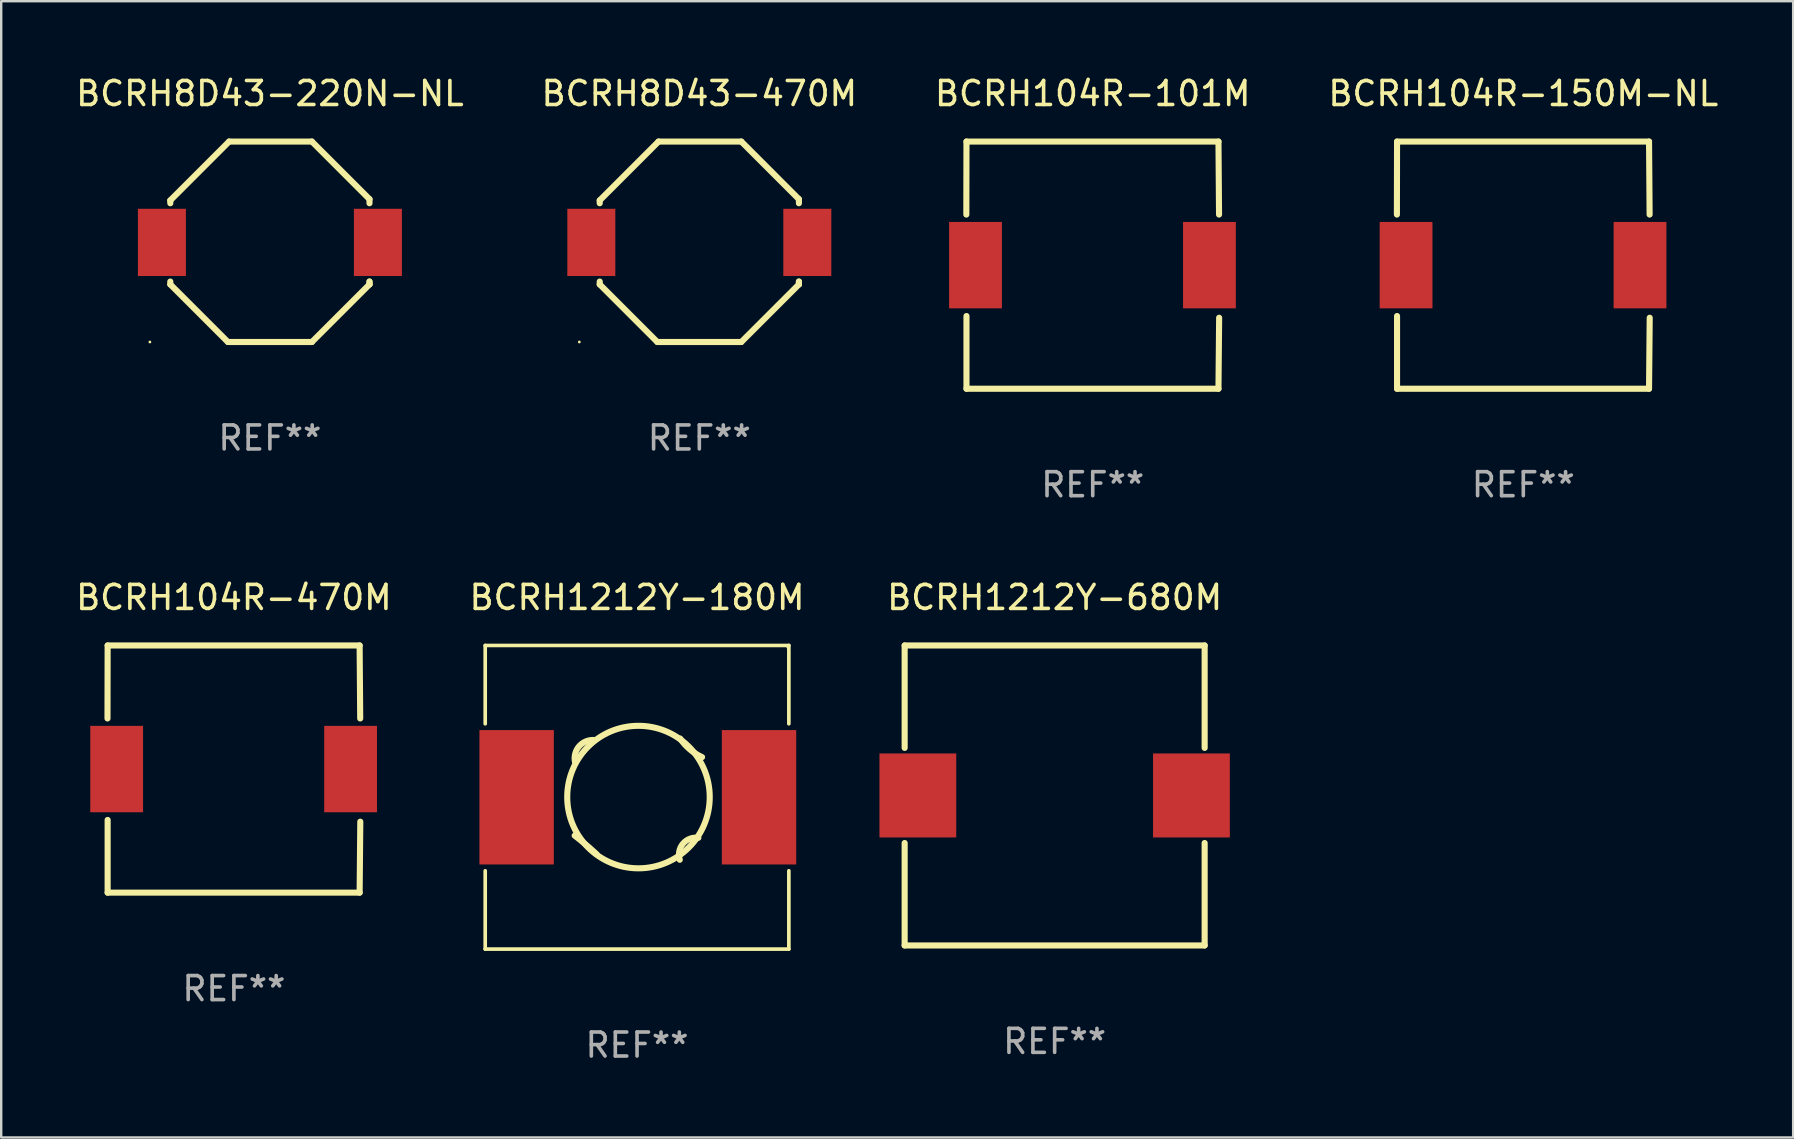
<source format=kicad_pcb>
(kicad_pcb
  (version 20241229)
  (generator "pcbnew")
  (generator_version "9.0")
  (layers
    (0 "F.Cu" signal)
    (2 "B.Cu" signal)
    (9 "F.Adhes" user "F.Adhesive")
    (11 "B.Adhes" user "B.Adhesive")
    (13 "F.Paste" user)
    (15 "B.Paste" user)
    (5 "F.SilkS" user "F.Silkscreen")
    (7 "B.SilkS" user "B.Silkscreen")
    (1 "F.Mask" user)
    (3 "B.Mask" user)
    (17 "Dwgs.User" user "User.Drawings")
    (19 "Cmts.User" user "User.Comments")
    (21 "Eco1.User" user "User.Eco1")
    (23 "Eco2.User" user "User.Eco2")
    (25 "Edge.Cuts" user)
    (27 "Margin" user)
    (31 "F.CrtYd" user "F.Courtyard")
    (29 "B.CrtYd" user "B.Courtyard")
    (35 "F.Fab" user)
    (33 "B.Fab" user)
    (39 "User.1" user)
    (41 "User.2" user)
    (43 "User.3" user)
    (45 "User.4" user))
  (footprint "BCRH104R-470M"
    (layer "F.Cu")
    (at 6.696 28.995)
    (property "Reference" "BCRH104R-470M" (at 0 -7.15 0) (layer "F.SilkS") (effects (font (size 1 1) (thickness 0.15))))
    (attr through_hole)
    (fp_line (start -5.267 -2.108) (end -5.261 -5.15) (stroke (width 0.254) (type solid)) (layer "F.SilkS"))
    (fp_line (start -5.261 -5.15) (end 5.239 -5.15) (stroke (width 0.254) (type solid)) (layer "F.SilkS"))
    (fp_line (start -5.261 5.15) (end -5.261 2.12) (stroke (width 0.254) (type solid)) (layer "F.SilkS"))
    (fp_line (start 5.239 -5.15) (end 5.263 -2.108) (stroke (width 0.254) (type solid)) (layer "F.SilkS"))
    (fp_line (start 5.239 5.15) (end -5.261 5.15) (stroke (width 0.254) (type solid)) (layer "F.SilkS"))
    (fp_line (start 5.267 2.192) (end 5.239 5.15) (stroke (width 0.254) (type solid)) (layer "F.SilkS"))
    (fp_circle (center -5.261 5.15) (end -5.231 5.15) (stroke (width 0.06) (type solid)) (fill no) (layer "F.SilkS"))
    (fp_text user "REF**" (at 0 9.15 0) (layer "F.Fab") (effects (font (size 1 1) (thickness 0.15))))
    (pad "1" smd rect (at -4.885 0) (size 2.2 3.6) (layers "F.Cu" "F.Mask" "F.Paste"))
    (pad "2" smd rect (at 4.863 0) (size 2.2 3.6) (layers "F.Cu" "F.Mask" "F.Paste")))
  (footprint "BCRH8D43-220N-NL"
    (layer "F.Cu")
    (at 8.196 7.024)
    (property "Reference" "BCRH8D43-220N-NL" (at 0 -6.176 0) (layer "F.SilkS") (effects (font (size 1 1) (thickness 0.15))))
    (attr through_hole)
    (fp_line (start -4.15 -1.724) (end -4.15 -1.605) (stroke (width 0.254) (type solid)) (layer "F.SilkS"))
    (fp_line (start -4.15 1.657) (end -4.15 1.776) (stroke (width 0.254) (type solid)) (layer "F.SilkS"))
    (fp_line (start -4.15 1.776) (end -1.75 4.176) (stroke (width 0.254) (type solid)) (layer "F.SilkS"))
    (fp_line (start -1.75 4.176) (end 1.75 4.176) (stroke (width 0.254) (type solid)) (layer "F.SilkS"))
    (fp_line (start -1.699 -4.176) (end -4.15 -1.724) (stroke (width 0.254) (type solid)) (layer "F.SilkS"))
    (fp_line (start 1.75 4.176) (end 4.15 1.776) (stroke (width 0.254) (type solid)) (layer "F.SilkS"))
    (fp_line (start 1.75 -4.176) (end -1.699 -4.176) (stroke (width 0.254) (type solid)) (layer "F.SilkS"))
    (fp_line (start 1.75 -4.176) (end 4.15 -1.775) (stroke (width 0.254) (type solid)) (layer "F.SilkS"))
    (fp_line (start 4.15 1.657) (end 4.15 1.776) (stroke (width 0.254) (type solid)) (layer "F.SilkS"))
    (fp_line (start 4.15 1.776) (end 4.15 1.657) (stroke (width 0.254) (type solid)) (layer "F.SilkS"))
    (fp_line (start 4.15 -1.775) (end 4.15 -1.605) (stroke (width 0.254) (type solid)) (layer "F.SilkS"))
    (fp_circle (center -5 4.176) (end -4.97 4.176) (stroke (width 0.06) (type solid)) (fill no) (layer "F.SilkS"))
    (fp_text user "REF**" (at 0 8.176 0) (layer "F.Fab") (effects (font (size 1 1) (thickness 0.15))))
    (pad "1" smd rect (at -4.5 0.026) (size 2 2.8) (layers "F.Cu" "F.Mask" "F.Paste"))
    (pad "2" smd rect (at 4.5 0.026) (size 2 2.8) (layers "F.Cu" "F.Mask" "F.Paste")))
  (footprint "BCRH1212Y-180M"
    (layer "F.Cu")
    (at 23.494 30.171)
    (property "Reference" "BCRH1212Y-180M" (at 0 -8.326 0) (layer "F.SilkS") (effects (font (size 1 1) (thickness 0.15))))
    (attr through_hole)
    (fp_line (start -6.326 -6.326) (end 6.326 -6.326) (stroke (width 0.152) (type solid)) (layer "F.SilkS"))
    (fp_line (start -6.326 -3.062) (end -6.326 -6.326) (stroke (width 0.152) (type solid)) (layer "F.SilkS"))
    (fp_line (start -6.326 3.062) (end -6.326 6.326) (stroke (width 0.152) (type solid)) (layer "F.SilkS"))
    (fp_line (start -6.326 6.326) (end 6.326 6.326) (stroke (width 0.152) (type solid)) (layer "F.SilkS"))
    (fp_line (start 6.326 -6.326) (end 6.326 -3.062) (stroke (width 0.152) (type solid)) (layer "F.SilkS"))
    (fp_line (start 6.326 6.326) (end 6.326 3.062) (stroke (width 0.152) (type solid)) (layer "F.SilkS"))
    (fp_arc (start -2.59859 1.597244) (mid -2.132024 1.973542) (end -1.684188 2.371946) (stroke (width 0.254001) (type solid)) (layer "F.SilkS"))
    (fp_arc (start -2.585941 -1.473265) (mid -2.419671 -2.117771) (end -1.81124 -2.387668) (stroke (width 0.254001) (type solid)) (layer "F.SilkS"))
    (fp_arc (start 1.779972 2.603416) (mid 1.914313 1.931859) (end 2.554674 1.689014) (stroke (width 0.254001) (type solid)) (layer "F.SilkS"))
    (fp_arc (start 2.709944 -1.673546) (mid 2.198671 -1.997074) (end 1.795542 -2.448247) (stroke (width 0.254001) (type solid)) (layer "F.SilkS"))
    (fp_circle (center 0.06 -0.009) (end 3.029 -0.009) (stroke (width 0.254) (type solid)) (fill no) (layer "F.SilkS"))
    (fp_circle (center 6.283 -6.25) (end 6.313 -6.25) (stroke (width 0.06) (type solid)) (fill no) (layer "F.SilkS"))
    (fp_text user "REF**" (at 0 10.326 0) (layer "F.Fab") (effects (font (size 1 1) (thickness 0.15))))
    (pad "1" smd rect (at 5.083 0.000038) (size 3.1 5.6) (layers "F.Cu" "F.Mask" "F.Paste"))
    (pad "2" smd rect (at -5.017 0.000038) (size 3.1 5.6) (layers "F.Cu" "F.Mask" "F.Paste")))
  (footprint "BCRH1212Y-680M"
    (layer "F.Cu")
    (at 40.895 30.095)
    (property "Reference" "BCRH1212Y-680M" (at 0 -8.25 0) (layer "F.SilkS") (effects (font (size 1 1) (thickness 0.15))))
    (attr through_hole)
    (fp_line (start -6.25 -6.25) (end 6.25 -6.25) (stroke (width 0.254) (type solid)) (layer "F.SilkS"))
    (fp_line (start -6.25 -1.981) (end -6.25 -6.25) (stroke (width 0.254) (type solid)) (layer "F.SilkS"))
    (fp_line (start -6.25 6.25) (end -6.25 1.981) (stroke (width 0.254) (type solid)) (layer "F.SilkS"))
    (fp_line (start -6.25 6.25) (end 6.25 6.25) (stroke (width 0.254) (type solid)) (layer "F.SilkS"))
    (fp_line (start 6.25 -6.25) (end 6.25 -1.981) (stroke (width 0.254) (type solid)) (layer "F.SilkS"))
    (fp_line (start 6.25 1.981) (end 6.25 6.25) (stroke (width 0.254) (type solid)) (layer "F.SilkS"))
    (fp_circle (center -6.25 6.25) (end -6.22 6.25) (stroke (width 0.06) (type solid)) (fill no) (layer "F.SilkS"))
    (fp_text user "REF**" (at 0 10.25 0) (layer "F.Fab") (effects (font (size 1 1) (thickness 0.15))))
    (pad "1" smd rect (at -5.7 -0.000013) (size 3.2 3.5) (layers "F.Cu" "F.Mask" "F.Paste"))
    (pad "2" smd rect (at 5.7 -0.000013) (size 3.2 3.5) (layers "F.Cu" "F.Mask" "F.Paste")))
  (footprint "BCRH104R-101M"
    (layer "F.Cu")
    (at 42.482 7.998)
    (property "Reference" "BCRH104R-101M" (at 0 -7.15 0) (layer "F.SilkS") (effects (font (size 1 1) (thickness 0.15))))
    (attr through_hole)
    (fp_line (start -5.267 -2.108) (end -5.261 -5.15) (stroke (width 0.254) (type solid)) (layer "F.SilkS"))
    (fp_line (start -5.261 -5.15) (end 5.239 -5.15) (stroke (width 0.254) (type solid)) (layer "F.SilkS"))
    (fp_line (start -5.261 5.15) (end -5.261 2.12) (stroke (width 0.254) (type solid)) (layer "F.SilkS"))
    (fp_line (start 5.239 -5.15) (end 5.263 -2.108) (stroke (width 0.254) (type solid)) (layer "F.SilkS"))
    (fp_line (start 5.239 5.15) (end -5.261 5.15) (stroke (width 0.254) (type solid)) (layer "F.SilkS"))
    (fp_line (start 5.267 2.192) (end 5.239 5.15) (stroke (width 0.254) (type solid)) (layer "F.SilkS"))
    (fp_circle (center -5.261 5.15) (end -5.231 5.15) (stroke (width 0.06) (type solid)) (fill no) (layer "F.SilkS"))
    (fp_text user "REF**" (at 0 9.15 0) (layer "F.Fab") (effects (font (size 1 1) (thickness 0.15))))
    (pad "1" smd rect (at -4.885 0) (size 2.2 3.6) (layers "F.Cu" "F.Mask" "F.Paste"))
    (pad "2" smd rect (at 4.863 0) (size 2.2 3.6) (layers "F.Cu" "F.Mask" "F.Paste")))
  (footprint "BCRH104R-150M-NL"
    (layer "F.Cu")
    (at 60.423 7.998)
    (property "Reference" "BCRH104R-150M-NL" (at 0 -7.15 0) (layer "F.SilkS") (effects (font (size 1 1) (thickness 0.15))))
    (attr through_hole)
    (fp_line (start -5.267 -2.108) (end -5.261 -5.15) (stroke (width 0.254) (type solid)) (layer "F.SilkS"))
    (fp_line (start -5.261 -5.15) (end 5.239 -5.15) (stroke (width 0.254) (type solid)) (layer "F.SilkS"))
    (fp_line (start -5.261 5.15) (end -5.261 2.12) (stroke (width 0.254) (type solid)) (layer "F.SilkS"))
    (fp_line (start 5.239 -5.15) (end 5.263 -2.108) (stroke (width 0.254) (type solid)) (layer "F.SilkS"))
    (fp_line (start 5.239 5.15) (end -5.261 5.15) (stroke (width 0.254) (type solid)) (layer "F.SilkS"))
    (fp_line (start 5.267 2.192) (end 5.239 5.15) (stroke (width 0.254) (type solid)) (layer "F.SilkS"))
    (fp_circle (center -5.261 5.15) (end -5.231 5.15) (stroke (width 0.06) (type solid)) (fill no) (layer "F.SilkS"))
    (fp_text user "REF**" (at 0 9.15 0) (layer "F.Fab") (effects (font (size 1 1) (thickness 0.15))))
    (pad "1" smd rect (at -4.885 0) (size 2.2 3.6) (layers "F.Cu" "F.Mask" "F.Paste"))
    (pad "2" smd rect (at 4.863 0) (size 2.2 3.6) (layers "F.Cu" "F.Mask" "F.Paste")))
  (footprint "BCRH8D43-470M"
    (layer "F.Cu")
    (at 26.089 7.024)
    (property "Reference" "BCRH8D43-470M" (at 0 -6.176 0) (layer "F.SilkS") (effects (font (size 1 1) (thickness 0.15))))
    (attr through_hole)
    (fp_line (start -4.15 -1.724) (end -4.15 -1.605) (stroke (width 0.254) (type solid)) (layer "F.SilkS"))
    (fp_line (start -4.15 1.657) (end -4.15 1.776) (stroke (width 0.254) (type solid)) (layer "F.SilkS"))
    (fp_line (start -4.15 1.776) (end -1.75 4.176) (stroke (width 0.254) (type solid)) (layer "F.SilkS"))
    (fp_line (start -1.75 4.176) (end 1.75 4.176) (stroke (width 0.254) (type solid)) (layer "F.SilkS"))
    (fp_line (start -1.699 -4.176) (end -4.15 -1.724) (stroke (width 0.254) (type solid)) (layer "F.SilkS"))
    (fp_line (start 1.75 4.176) (end 4.15 1.776) (stroke (width 0.254) (type solid)) (layer "F.SilkS"))
    (fp_line (start 1.75 -4.176) (end -1.699 -4.176) (stroke (width 0.254) (type solid)) (layer "F.SilkS"))
    (fp_line (start 1.75 -4.176) (end 4.15 -1.775) (stroke (width 0.254) (type solid)) (layer "F.SilkS"))
    (fp_line (start 4.15 1.657) (end 4.15 1.776) (stroke (width 0.254) (type solid)) (layer "F.SilkS"))
    (fp_line (start 4.15 1.776) (end 4.15 1.657) (stroke (width 0.254) (type solid)) (layer "F.SilkS"))
    (fp_line (start 4.15 -1.775) (end 4.15 -1.605) (stroke (width 0.254) (type solid)) (layer "F.SilkS"))
    (fp_circle (center -5 4.176) (end -4.97 4.176) (stroke (width 0.06) (type solid)) (fill no) (layer "F.SilkS"))
    (fp_text user "REF**" (at 0 8.176 0) (layer "F.Fab") (effects (font (size 1 1) (thickness 0.15))))
    (pad "1" smd rect (at -4.5 0.026) (size 2 2.8) (layers "F.Cu" "F.Mask" "F.Paste"))
    (pad "2" smd rect (at 4.5 0.026) (size 2 2.8) (layers "F.Cu" "F.Mask" "F.Paste")))
  (gr_rect
    (start -3 -3)
    (end 71.667 44.345)
    (stroke (width 0.1) (type default))
    (fill no)
    (layer "Edge.Cuts")))
</source>
